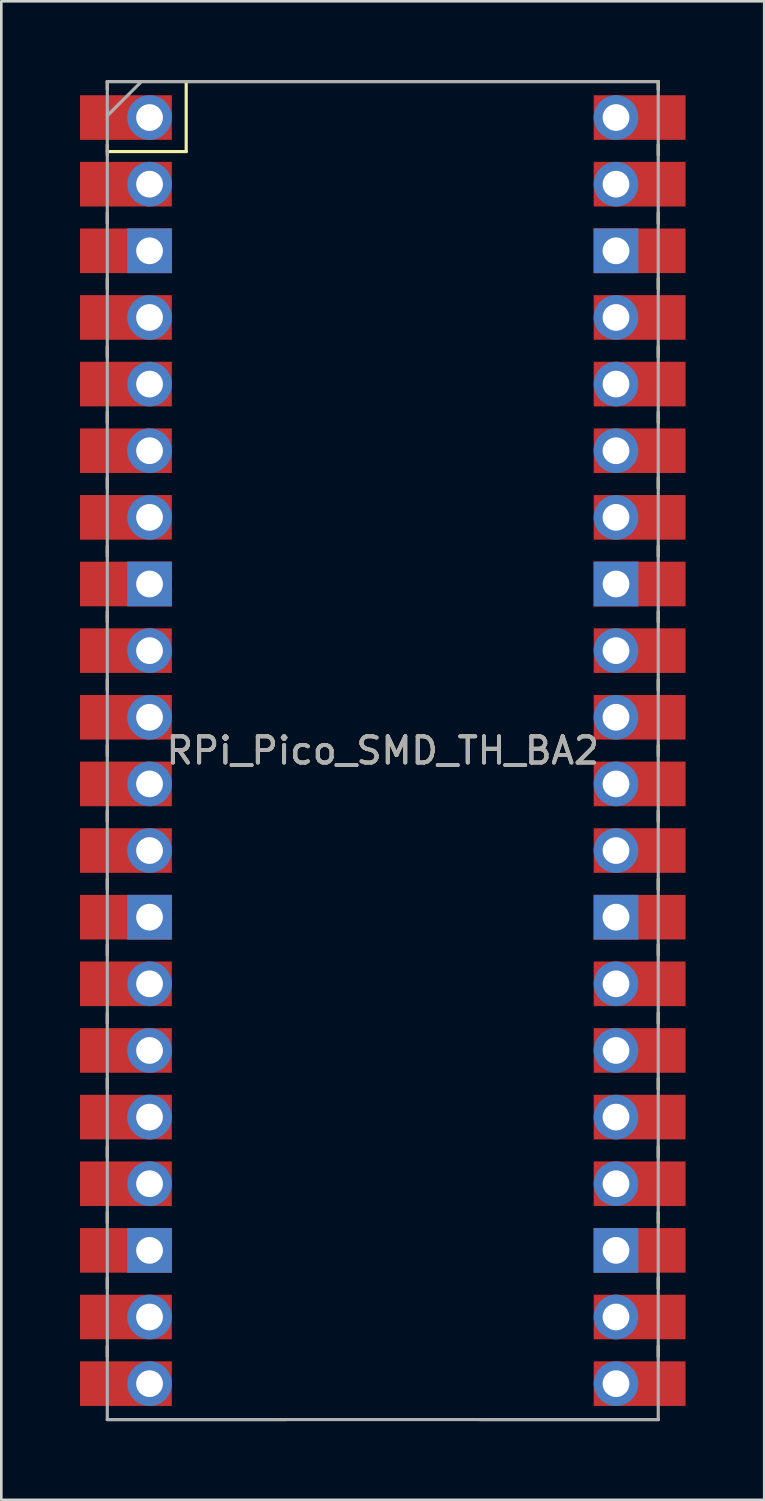
<source format=kicad_pcb>
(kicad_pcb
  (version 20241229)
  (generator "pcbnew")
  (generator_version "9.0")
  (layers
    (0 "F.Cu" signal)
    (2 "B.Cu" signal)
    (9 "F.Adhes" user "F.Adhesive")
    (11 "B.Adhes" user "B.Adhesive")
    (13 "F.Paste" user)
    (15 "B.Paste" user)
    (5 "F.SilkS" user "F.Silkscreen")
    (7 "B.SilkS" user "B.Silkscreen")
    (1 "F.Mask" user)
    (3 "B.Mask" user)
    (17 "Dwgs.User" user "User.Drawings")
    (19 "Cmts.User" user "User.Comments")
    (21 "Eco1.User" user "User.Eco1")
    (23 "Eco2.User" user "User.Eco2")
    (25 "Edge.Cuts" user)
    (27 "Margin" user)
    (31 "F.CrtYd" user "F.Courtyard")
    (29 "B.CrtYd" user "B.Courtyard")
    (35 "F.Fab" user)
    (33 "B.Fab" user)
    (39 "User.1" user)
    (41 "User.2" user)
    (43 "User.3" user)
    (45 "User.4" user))
  (footprint "RPi_Pico_SMD_TH_BA2"
    (layer "F.Cu")
    (at 11.54 25.56)
    (property "Reference" "RPi_Pico_SMD_TH_BA2" (at 0 0 0) (layer "F.SilkS") (effects (font (size 1 1) (thickness 0.15))))
    (attr through_hole)
    (fp_line (start -10.5 -25.5) (end -10.5 -25.2) (stroke (width 0.12) (type solid)) (layer "F.SilkS"))
    (fp_line (start -10.5 -25.5) (end 10.5 -25.5) (stroke (width 0.12) (type solid)) (layer "F.SilkS"))
    (fp_line (start -10.5 -23.1) (end -10.5 -22.7) (stroke (width 0.12) (type solid)) (layer "F.SilkS"))
    (fp_line (start -10.5 -22.833) (end -7.493 -22.833) (stroke (width 0.12) (type solid)) (layer "F.SilkS"))
    (fp_line (start -10.5 -20.5) (end -10.5 -20.1) (stroke (width 0.12) (type solid)) (layer "F.SilkS"))
    (fp_line (start -10.5 -18) (end -10.5 -17.6) (stroke (width 0.12) (type solid)) (layer "F.SilkS"))
    (fp_line (start -10.5 -15.4) (end -10.5 -15) (stroke (width 0.12) (type solid)) (layer "F.SilkS"))
    (fp_line (start -10.5 -12.9) (end -10.5 -12.5) (stroke (width 0.12) (type solid)) (layer "F.SilkS"))
    (fp_line (start -10.5 -10.4) (end -10.5 -10) (stroke (width 0.12) (type solid)) (layer "F.SilkS"))
    (fp_line (start -10.5 -7.8) (end -10.5 -7.4) (stroke (width 0.12) (type solid)) (layer "F.SilkS"))
    (fp_line (start -10.5 -5.3) (end -10.5 -4.9) (stroke (width 0.12) (type solid)) (layer "F.SilkS"))
    (fp_line (start -10.5 -2.7) (end -10.5 -2.3) (stroke (width 0.12) (type solid)) (layer "F.SilkS"))
    (fp_line (start -10.5 -0.2) (end -10.5 0.2) (stroke (width 0.12) (type solid)) (layer "F.SilkS"))
    (fp_line (start -10.5 2.3) (end -10.5 2.7) (stroke (width 0.12) (type solid)) (layer "F.SilkS"))
    (fp_line (start -10.5 4.9) (end -10.5 5.3) (stroke (width 0.12) (type solid)) (layer "F.SilkS"))
    (fp_line (start -10.5 7.4) (end -10.5 7.8) (stroke (width 0.12) (type solid)) (layer "F.SilkS"))
    (fp_line (start -10.5 10) (end -10.5 10.4) (stroke (width 0.12) (type solid)) (layer "F.SilkS"))
    (fp_line (start -10.5 12.5) (end -10.5 12.9) (stroke (width 0.12) (type solid)) (layer "F.SilkS"))
    (fp_line (start -10.5 15.1) (end -10.5 15.5) (stroke (width 0.12) (type solid)) (layer "F.SilkS"))
    (fp_line (start -10.5 17.6) (end -10.5 18) (stroke (width 0.12) (type solid)) (layer "F.SilkS"))
    (fp_line (start -10.5 20.1) (end -10.5 20.5) (stroke (width 0.12) (type solid)) (layer "F.SilkS"))
    (fp_line (start -10.5 22.7) (end -10.5 23.1) (stroke (width 0.12) (type solid)) (layer "F.SilkS"))
    (fp_line (start -7.493 -22.833) (end -7.493 -25.5) (stroke (width 0.12) (type solid)) (layer "F.SilkS"))
    (fp_line (start -3.7 25.5) (end -10.5 25.5) (stroke (width 0.12) (type solid)) (layer "F.SilkS"))
    (fp_line (start 10.5 -25.5) (end 10.5 -25.2) (stroke (width 0.12) (type solid)) (layer "F.SilkS"))
    (fp_line (start 10.5 -23.1) (end 10.5 -22.7) (stroke (width 0.12) (type solid)) (layer "F.SilkS"))
    (fp_line (start 10.5 -20.5) (end 10.5 -20.1) (stroke (width 0.12) (type solid)) (layer "F.SilkS"))
    (fp_line (start 10.5 -18) (end 10.5 -17.6) (stroke (width 0.12) (type solid)) (layer "F.SilkS"))
    (fp_line (start 10.5 -15.4) (end 10.5 -15) (stroke (width 0.12) (type solid)) (layer "F.SilkS"))
    (fp_line (start 10.5 -12.9) (end 10.5 -12.5) (stroke (width 0.12) (type solid)) (layer "F.SilkS"))
    (fp_line (start 10.5 -10.4) (end 10.5 -10) (stroke (width 0.12) (type solid)) (layer "F.SilkS"))
    (fp_line (start 10.5 -7.8) (end 10.5 -7.4) (stroke (width 0.12) (type solid)) (layer "F.SilkS"))
    (fp_line (start 10.5 -5.3) (end 10.5 -4.9) (stroke (width 0.12) (type solid)) (layer "F.SilkS"))
    (fp_line (start 10.5 -2.7) (end 10.5 -2.3) (stroke (width 0.12) (type solid)) (layer "F.SilkS"))
    (fp_line (start 10.5 -0.2) (end 10.5 0.2) (stroke (width 0.12) (type solid)) (layer "F.SilkS"))
    (fp_line (start 10.5 2.3) (end 10.5 2.7) (stroke (width 0.12) (type solid)) (layer "F.SilkS"))
    (fp_line (start 10.5 4.9) (end 10.5 5.3) (stroke (width 0.12) (type solid)) (layer "F.SilkS"))
    (fp_line (start 10.5 7.4) (end 10.5 7.8) (stroke (width 0.12) (type solid)) (layer "F.SilkS"))
    (fp_line (start 10.5 10) (end 10.5 10.4) (stroke (width 0.12) (type solid)) (layer "F.SilkS"))
    (fp_line (start 10.5 12.5) (end 10.5 12.9) (stroke (width 0.12) (type solid)) (layer "F.SilkS"))
    (fp_line (start 10.5 15.1) (end 10.5 15.5) (stroke (width 0.12) (type solid)) (layer "F.SilkS"))
    (fp_line (start 10.5 17.6) (end 10.5 18) (stroke (width 0.12) (type solid)) (layer "F.SilkS"))
    (fp_line (start 10.5 20.1) (end 10.5 20.5) (stroke (width 0.12) (type solid)) (layer "F.SilkS"))
    (fp_line (start 10.5 22.7) (end 10.5 23.1) (stroke (width 0.12) (type solid)) (layer "F.SilkS"))
    (fp_line (start 10.5 25.5) (end 3.7 25.5) (stroke (width 0.12) (type solid)) (layer "F.SilkS"))
    (fp_line (start -10.5 -25.5) (end 10.5 -25.5) (stroke (width 0.12) (type solid)) (layer "F.Fab"))
    (fp_line (start -10.5 -24.2) (end -9.2 -25.5) (stroke (width 0.12) (type solid)) (layer "F.Fab"))
    (fp_line (start -10.5 25.5) (end -10.5 -25.5) (stroke (width 0.12) (type solid)) (layer "F.Fab"))
    (fp_line (start 10.5 -25.5) (end 10.5 25.5) (stroke (width 0.12) (type solid)) (layer "F.Fab"))
    (fp_line (start 10.5 25.5) (end -10.5 25.5) (stroke (width 0.12) (type solid)) (layer "F.Fab"))
    (fp_text user "${REFERENCE}" (at 0 0 180) (layer "F.Fab") (effects (font (size 1 1) (thickness 0.15))))
    (pad "1" thru_hole oval (at -8.89 -24.13) (size 1.7 1.7) (drill 1.02) (layers "*.Cu" "*.Mask"))
    (pad "1" smd rect (at -8.89 -24.13) (size 3.5 1.7) (drill (offset -0.9 0)) (layers "F.Cu" "F.Mask"))
    (pad "2" thru_hole oval (at -8.89 -21.59) (size 1.7 1.7) (drill 1.02) (layers "*.Cu" "*.Mask"))
    (pad "2" smd rect (at -8.89 -21.59) (size 3.5 1.7) (drill (offset -0.9 0)) (layers "F.Cu" "F.Mask"))
    (pad "3" thru_hole rect (at -8.89 -19.05) (size 1.7 1.7) (drill 1.02) (layers "*.Cu" "*.Mask"))
    (pad "3" smd rect (at -8.89 -19.05) (size 3.5 1.7) (drill (offset -0.9 0)) (layers "F.Cu" "F.Mask"))
    (pad "4" thru_hole oval (at -8.89 -16.51) (size 1.7 1.7) (drill 1.02) (layers "*.Cu" "*.Mask"))
    (pad "4" smd rect (at -8.89 -16.51) (size 3.5 1.7) (drill (offset -0.9 0)) (layers "F.Cu" "F.Mask"))
    (pad "5" thru_hole oval (at -8.89 -13.97) (size 1.7 1.7) (drill 1.02) (layers "*.Cu" "*.Mask"))
    (pad "5" smd rect (at -8.89 -13.97) (size 3.5 1.7) (drill (offset -0.9 0)) (layers "F.Cu" "F.Mask"))
    (pad "6" thru_hole oval (at -8.89 -11.43) (size 1.7 1.7) (drill 1.02) (layers "*.Cu" "*.Mask"))
    (pad "6" smd rect (at -8.89 -11.43) (size 3.5 1.7) (drill (offset -0.9 0)) (layers "F.Cu" "F.Mask"))
    (pad "7" thru_hole oval (at -8.89 -8.89) (size 1.7 1.7) (drill 1.02) (layers "*.Cu" "*.Mask"))
    (pad "7" smd rect (at -8.89 -8.89) (size 3.5 1.7) (drill (offset -0.9 0)) (layers "F.Cu" "F.Mask"))
    (pad "8" thru_hole rect (at -8.89 -6.35) (size 1.7 1.7) (drill 1.02) (layers "*.Cu" "*.Mask"))
    (pad "8" smd rect (at -8.89 -6.35) (size 3.5 1.7) (drill (offset -0.9 0)) (layers "F.Cu" "F.Mask"))
    (pad "9" thru_hole oval (at -8.89 -3.81) (size 1.7 1.7) (drill 1.02) (layers "*.Cu" "*.Mask"))
    (pad "9" smd rect (at -8.89 -3.81) (size 3.5 1.7) (drill (offset -0.9 0)) (layers "F.Cu" "F.Mask"))
    (pad "10" thru_hole oval (at -8.89 -1.27) (size 1.7 1.7) (drill 1.02) (layers "*.Cu" "*.Mask"))
    (pad "10" smd rect (at -8.89 -1.27) (size 3.5 1.7) (drill (offset -0.9 0)) (layers "F.Cu" "F.Mask"))
    (pad "11" thru_hole oval (at -8.89 1.27) (size 1.7 1.7) (drill 1.02) (layers "*.Cu" "*.Mask"))
    (pad "11" smd rect (at -8.89 1.27) (size 3.5 1.7) (drill (offset -0.9 0)) (layers "F.Cu" "F.Mask"))
    (pad "12" thru_hole oval (at -8.89 3.81) (size 1.7 1.7) (drill 1.02) (layers "*.Cu" "*.Mask"))
    (pad "12" smd rect (at -8.89 3.81) (size 3.5 1.7) (drill (offset -0.9 0)) (layers "F.Cu" "F.Mask"))
    (pad "13" thru_hole rect (at -8.89 6.35) (size 1.7 1.7) (drill 1.02) (layers "*.Cu" "*.Mask"))
    (pad "13" smd rect (at -8.89 6.35) (size 3.5 1.7) (drill (offset -0.9 0)) (layers "F.Cu" "F.Mask"))
    (pad "14" thru_hole oval (at -8.89 8.89) (size 1.7 1.7) (drill 1.02) (layers "*.Cu" "*.Mask"))
    (pad "14" smd rect (at -8.89 8.89) (size 3.5 1.7) (drill (offset -0.9 0)) (layers "F.Cu" "F.Mask"))
    (pad "15" thru_hole oval (at -8.89 11.43) (size 1.7 1.7) (drill 1.02) (layers "*.Cu" "*.Mask"))
    (pad "15" smd rect (at -8.89 11.43) (size 3.5 1.7) (drill (offset -0.9 0)) (layers "F.Cu" "F.Mask"))
    (pad "16" thru_hole oval (at -8.89 13.97) (size 1.7 1.7) (drill 1.02) (layers "*.Cu" "*.Mask"))
    (pad "16" smd rect (at -8.89 13.97) (size 3.5 1.7) (drill (offset -0.9 0)) (layers "F.Cu" "F.Mask"))
    (pad "17" thru_hole oval (at -8.89 16.51) (size 1.7 1.7) (drill 1.02) (layers "*.Cu" "*.Mask"))
    (pad "17" smd rect (at -8.89 16.51) (size 3.5 1.7) (drill (offset -0.9 0)) (layers "F.Cu" "F.Mask"))
    (pad "18" thru_hole rect (at -8.89 19.05) (size 1.7 1.7) (drill 1.02) (layers "*.Cu" "*.Mask"))
    (pad "18" smd rect (at -8.89 19.05) (size 3.5 1.7) (drill (offset -0.9 0)) (layers "F.Cu" "F.Mask"))
    (pad "19" thru_hole oval (at -8.89 21.59) (size 1.7 1.7) (drill 1.02) (layers "*.Cu" "*.Mask"))
    (pad "19" smd rect (at -8.89 21.59) (size 3.5 1.7) (drill (offset -0.9 0)) (layers "F.Cu" "F.Mask"))
    (pad "20" thru_hole oval (at -8.89 24.13) (size 1.7 1.7) (drill 1.02) (layers "*.Cu" "*.Mask"))
    (pad "20" smd rect (at -8.89 24.13) (size 3.5 1.7) (drill (offset -0.9 0)) (layers "F.Cu" "F.Mask"))
    (pad "21" thru_hole oval (at 8.89 24.13) (size 1.7 1.7) (drill 1.02) (layers "*.Cu" "*.Mask"))
    (pad "21" smd rect (at 8.89 24.13) (size 3.5 1.7) (drill (offset 0.9 0)) (layers "F.Cu" "F.Mask"))
    (pad "22" thru_hole oval (at 8.89 21.59) (size 1.7 1.7) (drill 1.02) (layers "*.Cu" "*.Mask"))
    (pad "22" smd rect (at 8.89 21.59) (size 3.5 1.7) (drill (offset 0.9 0)) (layers "F.Cu" "F.Mask"))
    (pad "23" thru_hole rect (at 8.89 19.05) (size 1.7 1.7) (drill 1.02) (layers "*.Cu" "*.Mask"))
    (pad "23" smd rect (at 8.89 19.05) (size 3.5 1.7) (drill (offset 0.9 0)) (layers "F.Cu" "F.Mask"))
    (pad "24" thru_hole oval (at 8.89 16.51) (size 1.7 1.7) (drill 1.02) (layers "*.Cu" "*.Mask"))
    (pad "24" smd rect (at 8.89 16.51) (size 3.5 1.7) (drill (offset 0.9 0)) (layers "F.Cu" "F.Mask"))
    (pad "25" thru_hole oval (at 8.89 13.97) (size 1.7 1.7) (drill 1.02) (layers "*.Cu" "*.Mask"))
    (pad "25" smd rect (at 8.89 13.97) (size 3.5 1.7) (drill (offset 0.9 0)) (layers "F.Cu" "F.Mask"))
    (pad "26" thru_hole oval (at 8.89 11.43) (size 1.7 1.7) (drill 1.02) (layers "*.Cu" "*.Mask"))
    (pad "26" smd rect (at 8.89 11.43) (size 3.5 1.7) (drill (offset 0.9 0)) (layers "F.Cu" "F.Mask"))
    (pad "27" thru_hole oval (at 8.89 8.89) (size 1.7 1.7) (drill 1.02) (layers "*.Cu" "*.Mask"))
    (pad "27" smd rect (at 8.89 8.89) (size 3.5 1.7) (drill (offset 0.9 0)) (layers "F.Cu" "F.Mask"))
    (pad "28" thru_hole rect (at 8.89 6.35) (size 1.7 1.7) (drill 1.02) (layers "*.Cu" "*.Mask"))
    (pad "28" smd rect (at 8.89 6.35) (size 3.5 1.7) (drill (offset 0.9 0)) (layers "F.Cu" "F.Mask"))
    (pad "29" thru_hole oval (at 8.89 3.81) (size 1.7 1.7) (drill 1.02) (layers "*.Cu" "*.Mask"))
    (pad "29" smd rect (at 8.89 3.81) (size 3.5 1.7) (drill (offset 0.9 0)) (layers "F.Cu" "F.Mask"))
    (pad "30" thru_hole oval (at 8.89 1.27) (size 1.7 1.7) (drill 1.02) (layers "*.Cu" "*.Mask"))
    (pad "30" smd rect (at 8.89 1.27) (size 3.5 1.7) (drill (offset 0.9 0)) (layers "F.Cu" "F.Mask"))
    (pad "31" thru_hole oval (at 8.89 -1.27) (size 1.7 1.7) (drill 1.02) (layers "*.Cu" "*.Mask"))
    (pad "31" smd rect (at 8.89 -1.27) (size 3.5 1.7) (drill (offset 0.9 0)) (layers "F.Cu" "F.Mask"))
    (pad "32" thru_hole oval (at 8.89 -3.81) (size 1.7 1.7) (drill 1.02) (layers "*.Cu" "*.Mask"))
    (pad "32" smd rect (at 8.89 -3.81) (size 3.5 1.7) (drill (offset 0.9 0)) (layers "F.Cu" "F.Mask"))
    (pad "33" thru_hole rect (at 8.89 -6.35) (size 1.7 1.7) (drill 1.02) (layers "*.Cu" "*.Mask"))
    (pad "33" smd rect (at 8.89 -6.35) (size 3.5 1.7) (drill (offset 0.9 0)) (layers "F.Cu" "F.Mask"))
    (pad "34" thru_hole oval (at 8.89 -8.89) (size 1.7 1.7) (drill 1.02) (layers "*.Cu" "*.Mask"))
    (pad "34" smd rect (at 8.89 -8.89) (size 3.5 1.7) (drill (offset 0.9 0)) (layers "F.Cu" "F.Mask"))
    (pad "35" thru_hole oval (at 8.89 -11.43) (size 1.7 1.7) (drill 1.02) (layers "*.Cu" "*.Mask"))
    (pad "35" smd rect (at 8.89 -11.43) (size 3.5 1.7) (drill (offset 0.9 0)) (layers "F.Cu" "F.Mask"))
    (pad "36" thru_hole oval (at 8.89 -13.97) (size 1.7 1.7) (drill 1.02) (layers "*.Cu" "*.Mask"))
    (pad "36" smd rect (at 8.89 -13.97) (size 3.5 1.7) (drill (offset 0.9 0)) (layers "F.Cu" "F.Mask"))
    (pad "37" thru_hole oval (at 8.89 -16.51) (size 1.7 1.7) (drill 1.02) (layers "*.Cu" "*.Mask"))
    (pad "37" smd rect (at 8.89 -16.51) (size 3.5 1.7) (drill (offset 0.9 0)) (layers "F.Cu" "F.Mask"))
    (pad "38" thru_hole rect (at 8.89 -19.05) (size 1.7 1.7) (drill 1.02) (layers "*.Cu" "*.Mask"))
    (pad "38" smd rect (at 8.89 -19.05) (size 3.5 1.7) (drill (offset 0.9 0)) (layers "F.Cu" "F.Mask"))
    (pad "39" thru_hole oval (at 8.89 -21.59) (size 1.7 1.7) (drill 1.02) (layers "*.Cu" "*.Mask"))
    (pad "39" smd rect (at 8.89 -21.59) (size 3.5 1.7) (drill (offset 0.9 0)) (layers "F.Cu" "F.Mask"))
    (pad "40" thru_hole oval (at 8.89 -24.13) (size 1.7 1.7) (drill 1.02) (layers "*.Cu" "*.Mask"))
    (pad "40" smd rect (at 8.89 -24.13) (size 3.5 1.7) (drill (offset 0.9 0)) (layers "F.Cu" "F.Mask")))
  (gr_rect
    (start -3 -3)
    (end 26.08 54.12)
    (stroke (width 0.1) (type default))
    (fill no)
    (layer "Edge.Cuts")))
</source>
